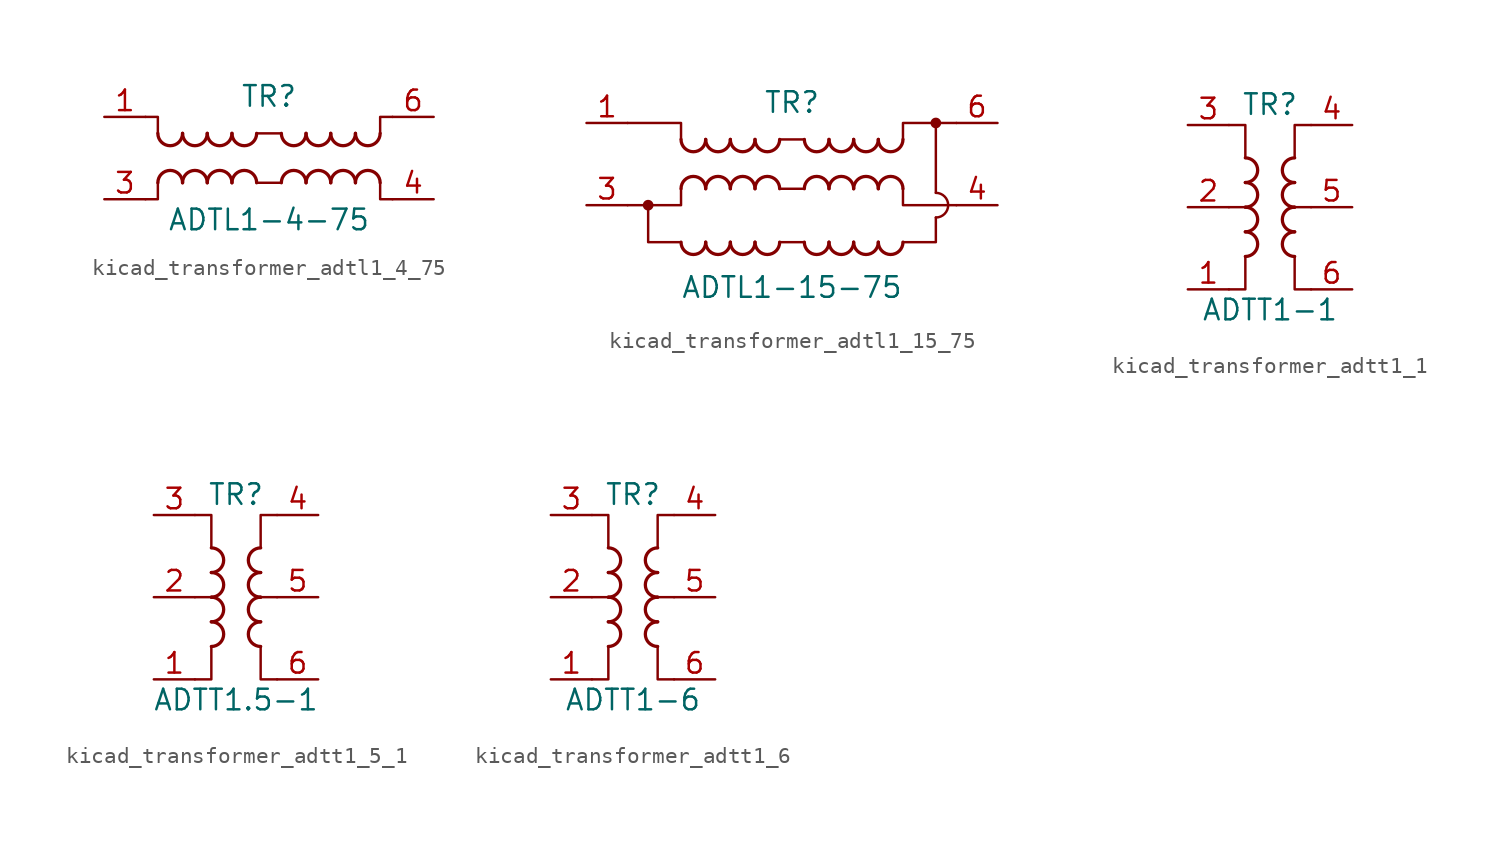
<source format=kicad_sym>
(kicad_symbol_lib
  (version 20220914)
  (generator kicad_symbol_editor)
  (symbol "kicad_transformer_adtl1_4_75"
    (pin_names hide)
    (property "Reference" "TR"
      (at 0 3.81 0)
      (effects (font (size 1.27 1.27))))
    (property "Value" "ADTL1-4-75"
      (at 0 -3.81 0)
      (effects (font (size 1.27 1.27))))
    (symbol "kicad_transformer_adtl1_4_75_0_1"
      (arc (start -6.858 1.524) (mid -6.096 0.7653) (end -5.334 1.524) (stroke (width 0.2032) (type default)) (fill (type none)))
      (arc (start -5.334 -1.524) (mid -6.096 -0.7653) (end -6.858 -1.524) (stroke (width 0.2032) (type default)) (fill (type none)))
      (arc (start -5.334 1.524) (mid -4.572 0.7653) (end -3.81 1.524) (stroke (width 0.2032) (type default)) (fill (type none)))
      (arc (start -3.81 -1.524) (mid -4.572 -0.7653) (end -5.334 -1.524) (stroke (width 0.2032) (type default)) (fill (type none)))
      (arc (start -3.81 1.524) (mid -3.048 0.7653) (end -2.286 1.524) (stroke (width 0.2032) (type default)) (fill (type none)))
      (arc (start -2.286 -1.524) (mid -3.048 -0.7653) (end -3.81 -1.524) (stroke (width 0.2032) (type default)) (fill (type none)))
      (arc (start -2.286 1.524) (mid -1.524 0.7653) (end -0.762 1.524) (stroke (width 0.2032) (type default)) (fill (type none)))
      (arc (start -0.762 -1.524) (mid -1.524 -0.7653) (end -2.286 -1.524) (stroke (width 0.2032) (type default)) (fill (type none)))
      (polyline (pts (xy -0.762 -1.524) (xy 0.762 -1.524)) (stroke (width 0) (type default)) (fill (type none)))
      (polyline (pts (xy -0.762 1.524) (xy 0.762 1.524)) (stroke (width 0) (type default)) (fill (type none)))
      (polyline (pts (xy -6.858 -1.524) (xy -6.858 -2.54) (xy -7.62 -2.54)) (stroke (width 0) (type default)) (fill (type none)))
      (polyline (pts (xy -6.858 1.524) (xy -6.858 2.54) (xy -7.62 2.54)) (stroke (width 0) (type default)) (fill (type none)))
      (polyline (pts (xy 6.858 -1.524) (xy 6.858 -2.54) (xy 7.62 -2.54)) (stroke (width 0) (type default)) (fill (type none)))
      (polyline (pts (xy 6.858 1.524) (xy 6.858 2.54) (xy 7.62 2.54)) (stroke (width 0) (type default)) (fill (type none)))
      (arc (start 0.762 1.524) (mid 1.524 0.7653) (end 2.286 1.524) (stroke (width 0.2032) (type default)) (fill (type none)))
      (arc (start 2.286 -1.524) (mid 1.524 -0.7653) (end 0.762 -1.524) (stroke (width 0.2032) (type default)) (fill (type none)))
      (arc (start 2.286 1.524) (mid 3.048 0.7653) (end 3.81 1.524) (stroke (width 0.2032) (type default)) (fill (type none)))
      (arc (start 3.81 -1.524) (mid 3.048 -0.7653) (end 2.286 -1.524) (stroke (width 0.2032) (type default)) (fill (type none)))
      (arc (start 3.81 1.524) (mid 4.572 0.7653) (end 5.334 1.524) (stroke (width 0.2032) (type default)) (fill (type none)))
      (arc (start 5.334 -1.524) (mid 4.572 -0.7653) (end 3.81 -1.524) (stroke (width 0.2032) (type default)) (fill (type none)))
      (arc (start 5.334 1.524) (mid 6.096 0.7653) (end 6.858 1.524) (stroke (width 0.2032) (type default)) (fill (type none)))
      (arc (start 6.858 -1.524) (mid 6.096 -0.7653) (end 5.334 -1.524) (stroke (width 0.2032) (type default)) (fill (type none))))
    (symbol "kicad_transformer_adtl1_4_75_1_1"
      (pin passive line (at -10.16 2.54 0) (length 2.54) (name "~" (effects (font (size 1.27 1.27)))) (number "1" (effects (font (size 1.27 1.27)))))
      (pin passive line (at -10.16 -2.54 0) (length 2.54) (name "~" (effects (font (size 1.27 1.27)))) (number "3" (effects (font (size 1.27 1.27)))))
      (pin passive line (at 10.16 -2.54 180) (length 2.54) (name "~" (effects (font (size 1.27 1.27)))) (number "4" (effects (font (size 1.27 1.27)))))
      (pin passive line (at 10.16 2.54 180) (length 2.54) (name "~" (effects (font (size 1.27 1.27)))) (number "6" (effects (font (size 1.27 1.27)))))))
  (symbol "kicad_transformer_adtl1_15_75"
    (pin_names hide)
    (property "Reference" "TR"
      (at 0 3.81 0)
      (effects (font (size 1.27 1.27))))
    (property "Value" "ADTL1-15-75"
      (at 0 -7.62 0)
      (effects (font (size 1.27 1.27))))
    (symbol "kicad_transformer_adtl1_15_75_0_1"
      (circle (center -8.89 -2.54) (radius 0.254) (stroke (width 0) (type default)) (fill (type outline)))
      (arc (start -6.858 -4.826) (mid -6.096 -5.5847) (end -5.334 -4.826) (stroke (width 0.2032) (type default)) (fill (type none)))
      (arc (start -6.858 1.524) (mid -6.096 0.7653) (end -5.334 1.524) (stroke (width 0.2032) (type default)) (fill (type none)))
      (arc (start -5.334 -4.826) (mid -4.572 -5.5847) (end -3.81 -4.826) (stroke (width 0.2032) (type default)) (fill (type none)))
      (arc (start -5.334 -1.524) (mid -6.096 -0.7653) (end -6.858 -1.524) (stroke (width 0.2032) (type default)) (fill (type none)))
      (arc (start -5.334 1.524) (mid -4.572 0.7653) (end -3.81 1.524) (stroke (width 0.2032) (type default)) (fill (type none)))
      (arc (start -3.81 -4.826) (mid -3.048 -5.5847) (end -2.286 -4.826) (stroke (width 0.2032) (type default)) (fill (type none)))
      (arc (start -3.81 -1.524) (mid -4.572 -0.7653) (end -5.334 -1.524) (stroke (width 0.2032) (type default)) (fill (type none)))
      (arc (start -3.81 1.524) (mid -3.048 0.7653) (end -2.286 1.524) (stroke (width 0.2032) (type default)) (fill (type none)))
      (arc (start -2.286 -4.826) (mid -1.524 -5.5847) (end -0.762 -4.826) (stroke (width 0.2032) (type default)) (fill (type none)))
      (arc (start -2.286 -1.524) (mid -3.048 -0.7653) (end -3.81 -1.524) (stroke (width 0.2032) (type default)) (fill (type none)))
      (arc (start -2.286 1.524) (mid -1.524 0.7653) (end -0.762 1.524) (stroke (width 0.2032) (type default)) (fill (type none)))
      (arc (start -0.762 -1.524) (mid -1.524 -0.7653) (end -2.286 -1.524) (stroke (width 0.2032) (type default)) (fill (type none)))
      (polyline (pts (xy -0.762 -1.524) (xy 0.762 -1.524)) (stroke (width 0) (type default)) (fill (type none)))
      (polyline (pts (xy -0.762 1.524) (xy 0.762 1.524)) (stroke (width 0) (type default)) (fill (type none)))
      (polyline (pts (xy 0.762 -4.826) (xy -0.762 -4.826)) (stroke (width 0) (type default)) (fill (type none)))
      (polyline (pts (xy 8.89 -1.778) (xy 8.89 2.54)) (stroke (width 0) (type default)) (fill (type none)))
      (polyline (pts (xy -6.858 -4.826) (xy -8.89 -4.826) (xy -8.89 -2.54)) (stroke (width 0) (type default)) (fill (type none)))
      (polyline (pts (xy -6.858 -1.524) (xy -6.858 -2.54) (xy -10.16 -2.54)) (stroke (width 0) (type default)) (fill (type none)))
      (polyline (pts (xy -6.858 1.524) (xy -6.858 2.54) (xy -10.16 2.54)) (stroke (width 0) (type default)) (fill (type none)))
      (polyline (pts (xy 6.858 -4.826) (xy 8.89 -4.826) (xy 8.89 -3.302)) (stroke (width 0) (type default)) (fill (type none)))
      (polyline (pts (xy 6.858 -1.524) (xy 6.858 -2.54) (xy 10.16 -2.54)) (stroke (width 0) (type default)) (fill (type none)))
      (polyline (pts (xy 6.858 1.524) (xy 6.858 2.54) (xy 10.16 2.54)) (stroke (width 0) (type default)) (fill (type none)))
      (arc (start 0.762 -4.826) (mid 1.524 -5.5847) (end 2.286 -4.826) (stroke (width 0.2032) (type default)) (fill (type none)))
      (arc (start 0.762 1.524) (mid 1.524 0.7653) (end 2.286 1.524) (stroke (width 0.2032) (type default)) (fill (type none)))
      (arc (start 2.286 -4.826) (mid 3.048 -5.5847) (end 3.81 -4.826) (stroke (width 0.2032) (type default)) (fill (type none)))
      (arc (start 2.286 -1.524) (mid 1.524 -0.7653) (end 0.762 -1.524) (stroke (width 0.2032) (type default)) (fill (type none)))
      (arc (start 2.286 1.524) (mid 3.048 0.7653) (end 3.81 1.524) (stroke (width 0.2032) (type default)) (fill (type none)))
      (arc (start 3.81 -4.826) (mid 4.572 -5.5847) (end 5.334 -4.826) (stroke (width 0.2032) (type default)) (fill (type none)))
      (arc (start 3.81 -1.524) (mid 3.048 -0.7653) (end 2.286 -1.524) (stroke (width 0.2032) (type default)) (fill (type none)))
      (arc (start 3.81 1.524) (mid 4.572 0.7653) (end 5.334 1.524) (stroke (width 0.2032) (type default)) (fill (type none)))
      (arc (start 5.334 -4.826) (mid 6.096 -5.5847) (end 6.858 -4.826) (stroke (width 0.2032) (type default)) (fill (type none)))
      (arc (start 5.334 -1.524) (mid 4.572 -0.7653) (end 3.81 -1.524) (stroke (width 0.2032) (type default)) (fill (type none)))
      (arc (start 5.334 1.524) (mid 6.096 0.7653) (end 6.858 1.524) (stroke (width 0.2032) (type default)) (fill (type none)))
      (arc (start 6.858 -1.524) (mid 6.096 -0.7653) (end 5.334 -1.524) (stroke (width 0.2032) (type default)) (fill (type none)))
      (arc (start 8.89 -3.302) (mid 9.6487 -2.54) (end 8.89 -1.778) (stroke (width 0) (type default)) (fill (type none)))
      (circle (center 8.89 2.54) (radius 0.254) (stroke (width 0) (type default)) (fill (type outline))))
    (symbol "kicad_transformer_adtl1_15_75_1_1"
      (pin passive line (at -12.7 2.54 0) (length 2.54) (name "~" (effects (font (size 1.27 1.27)))) (number "1" (effects (font (size 1.27 1.27)))))
      (pin passive line (at -12.7 -2.54 0) (length 2.54) (name "~" (effects (font (size 1.27 1.27)))) (number "3" (effects (font (size 1.27 1.27)))))
      (pin passive line (at 12.7 -2.54 180) (length 2.54) (name "~" (effects (font (size 1.27 1.27)))) (number "4" (effects (font (size 1.27 1.27)))))
      (pin passive line (at 12.7 2.54 180) (length 2.54) (name "~" (effects (font (size 1.27 1.27)))) (number "6" (effects (font (size 1.27 1.27)))))))
  (symbol "kicad_transformer_adtt1_1"
    (pin_names hide)
    (property "Reference" "TR"
      (at 0 6.35 0)
      (effects (font (size 1.27 1.27))))
    (property "Value" "ADTT1-1"
      (at 0 -6.35 0)
      (effects (font (size 1.27 1.27))))
    (symbol "kicad_transformer_adtt1_1_0_1"
      (arc (start -1.524 -3.048) (mid -0.7653 -2.286) (end -1.524 -1.524) (stroke (width 0.2032) (type default)) (fill (type none)))
      (arc (start -1.524 -1.524) (mid -0.7653 -0.762) (end -1.524 0) (stroke (width 0.2032) (type default)) (fill (type none)))
      (arc (start -1.524 0) (mid -0.7653 0.762) (end -1.524 1.524) (stroke (width 0.2032) (type default)) (fill (type none)))
      (arc (start -1.524 1.524) (mid -0.7653 2.286) (end -1.524 3.048) (stroke (width 0.2032) (type default)) (fill (type none)))
      (polyline (pts (xy -2.54 0) (xy -1.27 0)) (stroke (width 0) (type default)) (fill (type none)))
      (polyline (pts (xy 2.54 0) (xy 1.27 0)) (stroke (width 0.152) (type default)) (fill (type none)))
      (polyline (pts (xy -2.54 5.08) (xy -1.524 5.08) (xy -1.524 3.048)) (stroke (width 0.152) (type default)) (fill (type none)))
      (polyline (pts (xy -1.524 -3.048) (xy -1.524 -5.08) (xy -2.54 -5.08)) (stroke (width 0.152) (type default)) (fill (type none)))
      (polyline (pts (xy 1.524 3.048) (xy 1.524 5.08) (xy 2.54 5.08)) (stroke (width 0.152) (type default)) (fill (type none)))
      (polyline (pts (xy 2.54 -5.08) (xy 1.524 -5.08) (xy 1.524 -3.048)) (stroke (width 0.152) (type default)) (fill (type none)))
      (arc (start 1.524 -1.524) (mid 0.7653 -2.286) (end 1.524 -3.048) (stroke (width 0.2032) (type default)) (fill (type none)))
      (arc (start 1.524 0) (mid 0.7653 -0.762) (end 1.524 -1.524) (stroke (width 0.2032) (type default)) (fill (type none)))
      (arc (start 1.524 1.524) (mid 0.7653 0.762) (end 1.524 0) (stroke (width 0.2032) (type default)) (fill (type none)))
      (arc (start 1.524 3.048) (mid 0.7653 2.286) (end 1.524 1.524) (stroke (width 0.2032) (type default)) (fill (type none))))
    (symbol "kicad_transformer_adtt1_1_1_1"
      (pin passive line (at -5.08 -5.08 0) (length 2.54) (name "~" (effects (font (size 1.27 1.27)))) (number "1" (effects (font (size 1.27 1.27)))))
      (pin passive line (at -5.08 0 0) (length 2.54) (name "~" (effects (font (size 1.27 1.27)))) (number "2" (effects (font (size 1.27 1.27)))))
      (pin passive line (at -5.08 5.08 0) (length 2.54) (name "~" (effects (font (size 1.27 1.27)))) (number "3" (effects (font (size 1.27 1.27)))))
      (pin passive line (at 5.08 5.08 180) (length 2.54) (name "~" (effects (font (size 1.27 1.27)))) (number "4" (effects (font (size 1.27 1.27)))))
      (pin passive line (at 5.08 0 180) (length 2.54) (name "~" (effects (font (size 1.27 1.27)))) (number "5" (effects (font (size 1.27 1.27)))))
      (pin passive line (at 5.08 -5.08 180) (length 2.54) (name "~" (effects (font (size 1.27 1.27)))) (number "6" (effects (font (size 1.27 1.27)))))))
  (symbol "kicad_transformer_adtt1_5_1"
    (pin_names hide)
    (property "Reference" "TR"
      (at 0 6.35 0)
      (effects (font (size 1.27 1.27))))
    (property "Value" "ADTT1.5-1"
      (at 0 -6.35 0)
      (effects (font (size 1.27 1.27))))
    (symbol "kicad_transformer_adtt1_5_1_0_1"
      (arc (start -1.524 -3.048) (mid -0.7653 -2.286) (end -1.524 -1.524) (stroke (width 0.2032) (type default)) (fill (type none)))
      (arc (start -1.524 -1.524) (mid -0.7653 -0.762) (end -1.524 0) (stroke (width 0.2032) (type default)) (fill (type none)))
      (arc (start -1.524 0) (mid -0.7653 0.762) (end -1.524 1.524) (stroke (width 0.2032) (type default)) (fill (type none)))
      (arc (start -1.524 1.524) (mid -0.7653 2.286) (end -1.524 3.048) (stroke (width 0.2032) (type default)) (fill (type none)))
      (polyline (pts (xy -2.54 0) (xy -1.27 0)) (stroke (width 0) (type default)) (fill (type none)))
      (polyline (pts (xy 2.54 0) (xy 1.27 0)) (stroke (width 0.152) (type default)) (fill (type none)))
      (polyline (pts (xy -2.54 5.08) (xy -1.524 5.08) (xy -1.524 3.048)) (stroke (width 0.152) (type default)) (fill (type none)))
      (polyline (pts (xy -1.524 -3.048) (xy -1.524 -5.08) (xy -2.54 -5.08)) (stroke (width 0.152) (type default)) (fill (type none)))
      (polyline (pts (xy 1.524 3.048) (xy 1.524 5.08) (xy 2.54 5.08)) (stroke (width 0.152) (type default)) (fill (type none)))
      (polyline (pts (xy 2.54 -5.08) (xy 1.524 -5.08) (xy 1.524 -3.048)) (stroke (width 0.152) (type default)) (fill (type none)))
      (arc (start 1.524 -1.524) (mid 0.7653 -2.286) (end 1.524 -3.048) (stroke (width 0.2032) (type default)) (fill (type none)))
      (arc (start 1.524 0) (mid 0.7653 -0.762) (end 1.524 -1.524) (stroke (width 0.2032) (type default)) (fill (type none)))
      (arc (start 1.524 1.524) (mid 0.7653 0.762) (end 1.524 0) (stroke (width 0.2032) (type default)) (fill (type none)))
      (arc (start 1.524 3.048) (mid 0.7653 2.286) (end 1.524 1.524) (stroke (width 0.2032) (type default)) (fill (type none))))
    (symbol "kicad_transformer_adtt1_5_1_1_1"
      (pin passive line (at -5.08 -5.08 0) (length 2.54) (name "~" (effects (font (size 1.27 1.27)))) (number "1" (effects (font (size 1.27 1.27)))))
      (pin passive line (at -5.08 0 0) (length 2.54) (name "~" (effects (font (size 1.27 1.27)))) (number "2" (effects (font (size 1.27 1.27)))))
      (pin passive line (at -5.08 5.08 0) (length 2.54) (name "~" (effects (font (size 1.27 1.27)))) (number "3" (effects (font (size 1.27 1.27)))))
      (pin passive line (at 5.08 5.08 180) (length 2.54) (name "~" (effects (font (size 1.27 1.27)))) (number "4" (effects (font (size 1.27 1.27)))))
      (pin passive line (at 5.08 0 180) (length 2.54) (name "~" (effects (font (size 1.27 1.27)))) (number "5" (effects (font (size 1.27 1.27)))))
      (pin passive line (at 5.08 -5.08 180) (length 2.54) (name "~" (effects (font (size 1.27 1.27)))) (number "6" (effects (font (size 1.27 1.27)))))))
  (symbol "kicad_transformer_adtt1_6"
    (pin_names hide)
    (property "Reference" "TR"
      (at 0 6.35 0)
      (effects (font (size 1.27 1.27))))
    (property "Value" "ADTT1-6"
      (at 0 -6.35 0)
      (effects (font (size 1.27 1.27))))
    (symbol "kicad_transformer_adtt1_6_0_1"
      (arc (start -1.524 -3.048) (mid -0.7653 -2.286) (end -1.524 -1.524) (stroke (width 0.2032) (type default)) (fill (type none)))
      (arc (start -1.524 -1.524) (mid -0.7653 -0.762) (end -1.524 0) (stroke (width 0.2032) (type default)) (fill (type none)))
      (arc (start -1.524 0) (mid -0.7653 0.762) (end -1.524 1.524) (stroke (width 0.2032) (type default)) (fill (type none)))
      (arc (start -1.524 1.524) (mid -0.7653 2.286) (end -1.524 3.048) (stroke (width 0.2032) (type default)) (fill (type none)))
      (polyline (pts (xy -2.54 0) (xy -1.27 0)) (stroke (width 0) (type default)) (fill (type none)))
      (polyline (pts (xy 2.54 0) (xy 1.27 0)) (stroke (width 0.152) (type default)) (fill (type none)))
      (polyline (pts (xy -2.54 5.08) (xy -1.524 5.08) (xy -1.524 3.048)) (stroke (width 0.152) (type default)) (fill (type none)))
      (polyline (pts (xy -1.524 -3.048) (xy -1.524 -5.08) (xy -2.54 -5.08)) (stroke (width 0.152) (type default)) (fill (type none)))
      (polyline (pts (xy 1.524 3.048) (xy 1.524 5.08) (xy 2.54 5.08)) (stroke (width 0.152) (type default)) (fill (type none)))
      (polyline (pts (xy 2.54 -5.08) (xy 1.524 -5.08) (xy 1.524 -3.048)) (stroke (width 0.152) (type default)) (fill (type none)))
      (arc (start 1.524 -1.524) (mid 0.7653 -2.286) (end 1.524 -3.048) (stroke (width 0.2032) (type default)) (fill (type none)))
      (arc (start 1.524 0) (mid 0.7653 -0.762) (end 1.524 -1.524) (stroke (width 0.2032) (type default)) (fill (type none)))
      (arc (start 1.524 1.524) (mid 0.7653 0.762) (end 1.524 0) (stroke (width 0.2032) (type default)) (fill (type none)))
      (arc (start 1.524 3.048) (mid 0.7653 2.286) (end 1.524 1.524) (stroke (width 0.2032) (type default)) (fill (type none))))
    (symbol "kicad_transformer_adtt1_6_1_1"
      (pin passive line (at -5.08 -5.08 0) (length 2.54) (name "~" (effects (font (size 1.27 1.27)))) (number "1" (effects (font (size 1.27 1.27)))))
      (pin passive line (at -5.08 0 0) (length 2.54) (name "~" (effects (font (size 1.27 1.27)))) (number "2" (effects (font (size 1.27 1.27)))))
      (pin passive line (at -5.08 5.08 0) (length 2.54) (name "~" (effects (font (size 1.27 1.27)))) (number "3" (effects (font (size 1.27 1.27)))))
      (pin passive line (at 5.08 5.08 180) (length 2.54) (name "~" (effects (font (size 1.27 1.27)))) (number "4" (effects (font (size 1.27 1.27)))))
      (pin passive line (at 5.08 0 180) (length 2.54) (name "~" (effects (font (size 1.27 1.27)))) (number "5" (effects (font (size 1.27 1.27)))))
      (pin passive line (at 5.08 -5.08 180) (length 2.54) (name "~" (effects (font (size 1.27 1.27)))) (number "6" (effects (font (size 1.27 1.27))))))))
</source>
